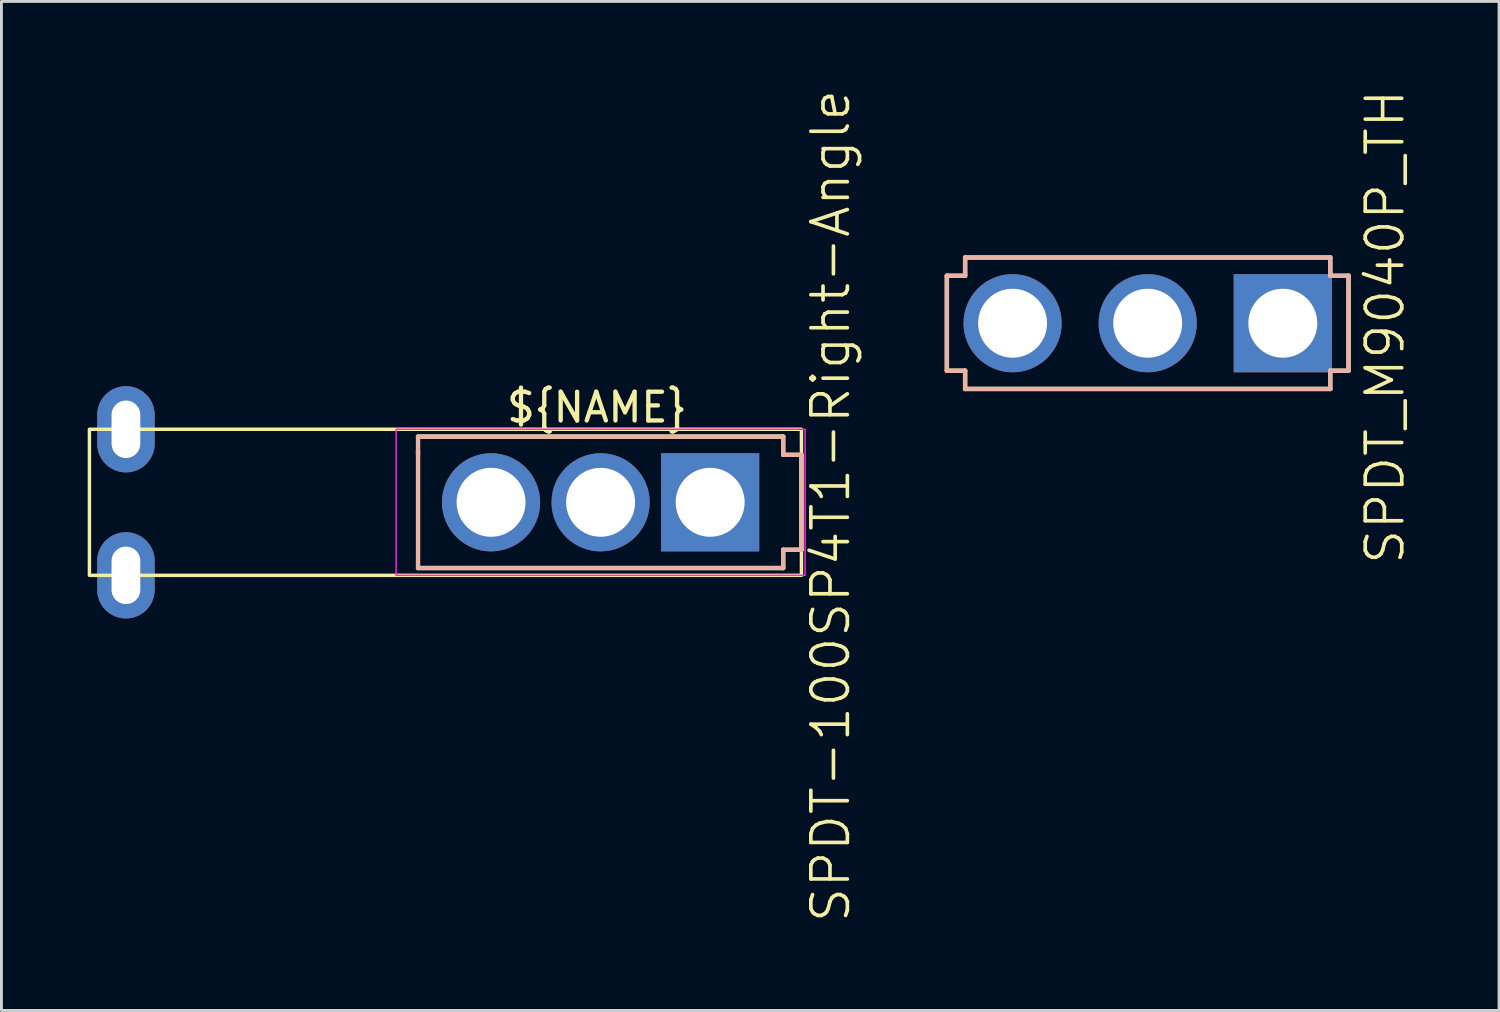
<source format=kicad_pcb>
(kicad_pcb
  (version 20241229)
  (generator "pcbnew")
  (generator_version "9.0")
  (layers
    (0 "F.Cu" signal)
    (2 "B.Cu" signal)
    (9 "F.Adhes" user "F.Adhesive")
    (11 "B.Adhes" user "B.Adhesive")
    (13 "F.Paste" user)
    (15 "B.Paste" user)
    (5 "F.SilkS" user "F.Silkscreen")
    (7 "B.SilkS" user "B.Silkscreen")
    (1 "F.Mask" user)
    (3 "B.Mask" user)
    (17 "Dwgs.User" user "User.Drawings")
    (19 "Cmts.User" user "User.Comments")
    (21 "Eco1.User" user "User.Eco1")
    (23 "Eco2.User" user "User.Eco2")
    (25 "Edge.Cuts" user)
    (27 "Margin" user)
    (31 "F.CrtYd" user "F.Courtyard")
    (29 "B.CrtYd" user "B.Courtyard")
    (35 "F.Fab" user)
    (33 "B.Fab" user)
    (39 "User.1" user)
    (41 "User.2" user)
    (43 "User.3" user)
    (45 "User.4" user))
  (footprint "SPDT-100SP4T1-Right-Angle"
    (layer "F.Cu")
    (at 17.84 14.421)
    (property "Reference" "SPDT-100SP4T1-Right-Angle" (at 8.001 0.127 90) (layer "F.SilkS") (effects (font (size 1.27 1.27) (thickness 0.127))))
    (attr exclude_from_pos_files exclude_from_bom)
    (fp_line (start -6.35 -2.286) (end 6.35 -2.286) (stroke (width 0.152) (type solid)) (layer "F.SilkS"))
    (fp_line (start 6.35 -2.286) (end 6.35 -1.651) (stroke (width 0.152) (type solid)) (layer "F.SilkS"))
    (fp_line (start 6.35 -1.651) (end 6.985 -1.651) (stroke (width 0.152) (type solid)) (layer "F.SilkS"))
    (fp_line (start 6.35 1.651) (end 6.35 2.286) (stroke (width 0.152) (type solid)) (layer "F.SilkS"))
    (fp_line (start 6.35 2.286) (end -6.35 2.286) (stroke (width 0.152) (type solid)) (layer "F.SilkS"))
    (fp_line (start 6.985 -1.651) (end 6.985 1.651) (stroke (width 0.152) (type solid)) (layer "F.SilkS"))
    (fp_line (start 6.985 1.651) (end 6.35 1.651) (stroke (width 0.152) (type solid)) (layer "F.SilkS"))
    (fp_rect (start -17.78 -2.54) (end 6.985 2.54) (stroke (width 0.12) (type solid)) (fill no) (layer "F.SilkS"))
    (fp_line (start -6.35 -2.286) (end -6.35 2.286) (stroke (width 0.152) (type solid)) (layer "B.SilkS"))
    (fp_line (start -6.35 -1.778) (end -6.35 -1.651) (stroke (width 0.152) (type solid)) (layer "B.SilkS"))
    (fp_line (start -6.35 2.286) (end 6.35 2.286) (stroke (width 0.152) (type solid)) (layer "B.SilkS"))
    (fp_line (start 0 -0.635) (end 0 0.635) (stroke (width 0.127) (type solid)) (layer "B.SilkS"))
    (fp_line (start 0.635 0) (end -0.635 0) (stroke (width 0.127) (type solid)) (layer "B.SilkS"))
    (fp_line (start 6.35 -2.286) (end -6.35 -2.286) (stroke (width 0.152) (type solid)) (layer "B.SilkS"))
    (fp_line (start 6.35 -1.778) (end 6.35 -2.286) (stroke (width 0.152) (type solid)) (layer "B.SilkS"))
    (fp_line (start 6.35 -1.651) (end 6.35 -1.778) (stroke (width 0.152) (type solid)) (layer "B.SilkS"))
    (fp_line (start 6.35 1.651) (end 6.985 1.651) (stroke (width 0.152) (type solid)) (layer "B.SilkS"))
    (fp_line (start 6.35 2.286) (end 6.35 1.651) (stroke (width 0.152) (type solid)) (layer "B.SilkS"))
    (fp_line (start 6.985 -1.651) (end 6.35 -1.651) (stroke (width 0.152) (type solid)) (layer "B.SilkS"))
    (fp_line (start 6.985 1.651) (end 6.985 -1.651) (stroke (width 0.152) (type solid)) (layer "B.SilkS"))
    (fp_rect (start -7.112 -2.54) (end 7.112 2.54) (stroke (width 0.05) (type solid)) (fill no) (layer "F.CrtYd"))
    (fp_text user "${NAME}" (at -0.127 -3.302 0) (layer "F.SilkS") (effects (font (size 1 1) (thickness 0.15))))
    (pad "1" thru_hole rect (at 3.81 0) (size 3.414 3.414) (drill 2.398) (layers "*.Cu" "*.Mask"))
    (pad "2" thru_hole circle (at 0 0) (size 3.414 3.414) (drill 2.398) (layers "*.Cu" "*.Mask"))
    (pad "3" thru_hole circle (at -3.81 0) (size 3.414 3.414) (drill 2.398) (layers "*.Cu" "*.Mask"))
    (pad "4" thru_hole oval (at -16.51 -2.54) (size 2 3) (drill oval 1 2) (layers "*.Cu" "*.Mask"))
    (pad "5" thru_hole oval (at -16.51 2.54) (size 2 3) (drill oval 1 2) (layers "*.Cu" "*.Mask")))
  (footprint "SPDT_M9040P_TH"
    (layer "F.Cu")
    (at 36.868 8.192)
    (property "Reference" "SPDT_M9040P_TH" (at 8.255 0.127 90) (layer "F.SilkS") (effects (font (size 1.27 1.27) (thickness 0.127))))
    (attr exclude_from_pos_files exclude_from_bom)
    (fp_line (start -6.985 -1.651) (end -6.35 -1.651) (stroke (width 0.152) (type solid)) (layer "F.SilkS"))
    (fp_line (start -6.985 1.651) (end -6.985 -1.651) (stroke (width 0.152) (type solid)) (layer "F.SilkS"))
    (fp_line (start -6.35 -2.286) (end 6.35 -2.286) (stroke (width 0.152) (type solid)) (layer "F.SilkS"))
    (fp_line (start -6.35 -1.651) (end -6.35 -2.286) (stroke (width 0.152) (type solid)) (layer "F.SilkS"))
    (fp_line (start -6.35 1.651) (end -6.985 1.651) (stroke (width 0.152) (type solid)) (layer "F.SilkS"))
    (fp_line (start -6.35 2.286) (end -6.35 1.651) (stroke (width 0.152) (type solid)) (layer "F.SilkS"))
    (fp_line (start 6.35 -2.286) (end 6.35 -1.651) (stroke (width 0.152) (type solid)) (layer "F.SilkS"))
    (fp_line (start 6.35 -1.651) (end 6.985 -1.651) (stroke (width 0.152) (type solid)) (layer "F.SilkS"))
    (fp_line (start 6.35 1.651) (end 6.35 2.286) (stroke (width 0.152) (type solid)) (layer "F.SilkS"))
    (fp_line (start 6.35 2.286) (end -6.35 2.286) (stroke (width 0.152) (type solid)) (layer "F.SilkS"))
    (fp_line (start 6.985 -1.651) (end 6.985 1.651) (stroke (width 0.152) (type solid)) (layer "F.SilkS"))
    (fp_line (start 6.985 1.651) (end 6.35 1.651) (stroke (width 0.152) (type solid)) (layer "F.SilkS"))
    (fp_line (start -6.985 -1.651) (end -6.985 1.651) (stroke (width 0.152) (type solid)) (layer "B.SilkS"))
    (fp_line (start -6.985 1.651) (end -6.35 1.651) (stroke (width 0.152) (type solid)) (layer "B.SilkS"))
    (fp_line (start -6.35 -2.286) (end -6.35 -1.778) (stroke (width 0.152) (type solid)) (layer "B.SilkS"))
    (fp_line (start -6.35 -1.778) (end -6.35 -1.651) (stroke (width 0.152) (type solid)) (layer "B.SilkS"))
    (fp_line (start -6.35 -1.651) (end -6.985 -1.651) (stroke (width 0.152) (type solid)) (layer "B.SilkS"))
    (fp_line (start -6.35 1.651) (end -6.35 2.286) (stroke (width 0.152) (type solid)) (layer "B.SilkS"))
    (fp_line (start -6.35 2.286) (end 6.35 2.286) (stroke (width 0.152) (type solid)) (layer "B.SilkS"))
    (fp_line (start 0 -0.635) (end 0 0.635) (stroke (width 0.127) (type solid)) (layer "B.SilkS"))
    (fp_line (start 0.635 0) (end -0.635 0) (stroke (width 0.127) (type solid)) (layer "B.SilkS"))
    (fp_line (start 6.35 -2.286) (end -6.35 -2.286) (stroke (width 0.152) (type solid)) (layer "B.SilkS"))
    (fp_line (start 6.35 -1.778) (end 6.35 -2.286) (stroke (width 0.152) (type solid)) (layer "B.SilkS"))
    (fp_line (start 6.35 -1.651) (end 6.35 -1.778) (stroke (width 0.152) (type solid)) (layer "B.SilkS"))
    (fp_line (start 6.35 1.651) (end 6.985 1.651) (stroke (width 0.152) (type solid)) (layer "B.SilkS"))
    (fp_line (start 6.35 2.286) (end 6.35 1.651) (stroke (width 0.152) (type solid)) (layer "B.SilkS"))
    (fp_line (start 6.985 -1.651) (end 6.35 -1.651) (stroke (width 0.152) (type solid)) (layer "B.SilkS"))
    (fp_line (start 6.985 1.651) (end 6.985 -1.651) (stroke (width 0.152) (type solid)) (layer "B.SilkS"))
    (pad "1" thru_hole rect (at 4.699 0) (size 3.414 3.414) (drill 2.398) (layers "*.Cu" "*.Paste" "*.Mask"))
    (pad "2" thru_hole circle (at 0 0) (size 3.414 3.414) (drill 2.398) (layers "*.Cu" "*.Paste" "*.Mask"))
    (pad "3" thru_hole circle (at -4.699 0) (size 3.414 3.414) (drill 2.398) (layers "*.Cu" "*.Paste" "*.Mask")))
  (gr_rect
    (start -3 -3)
    (end 49.089 32.095)
    (stroke (width 0.1) (type default))
    (fill no)
    (layer "Edge.Cuts")))
</source>
